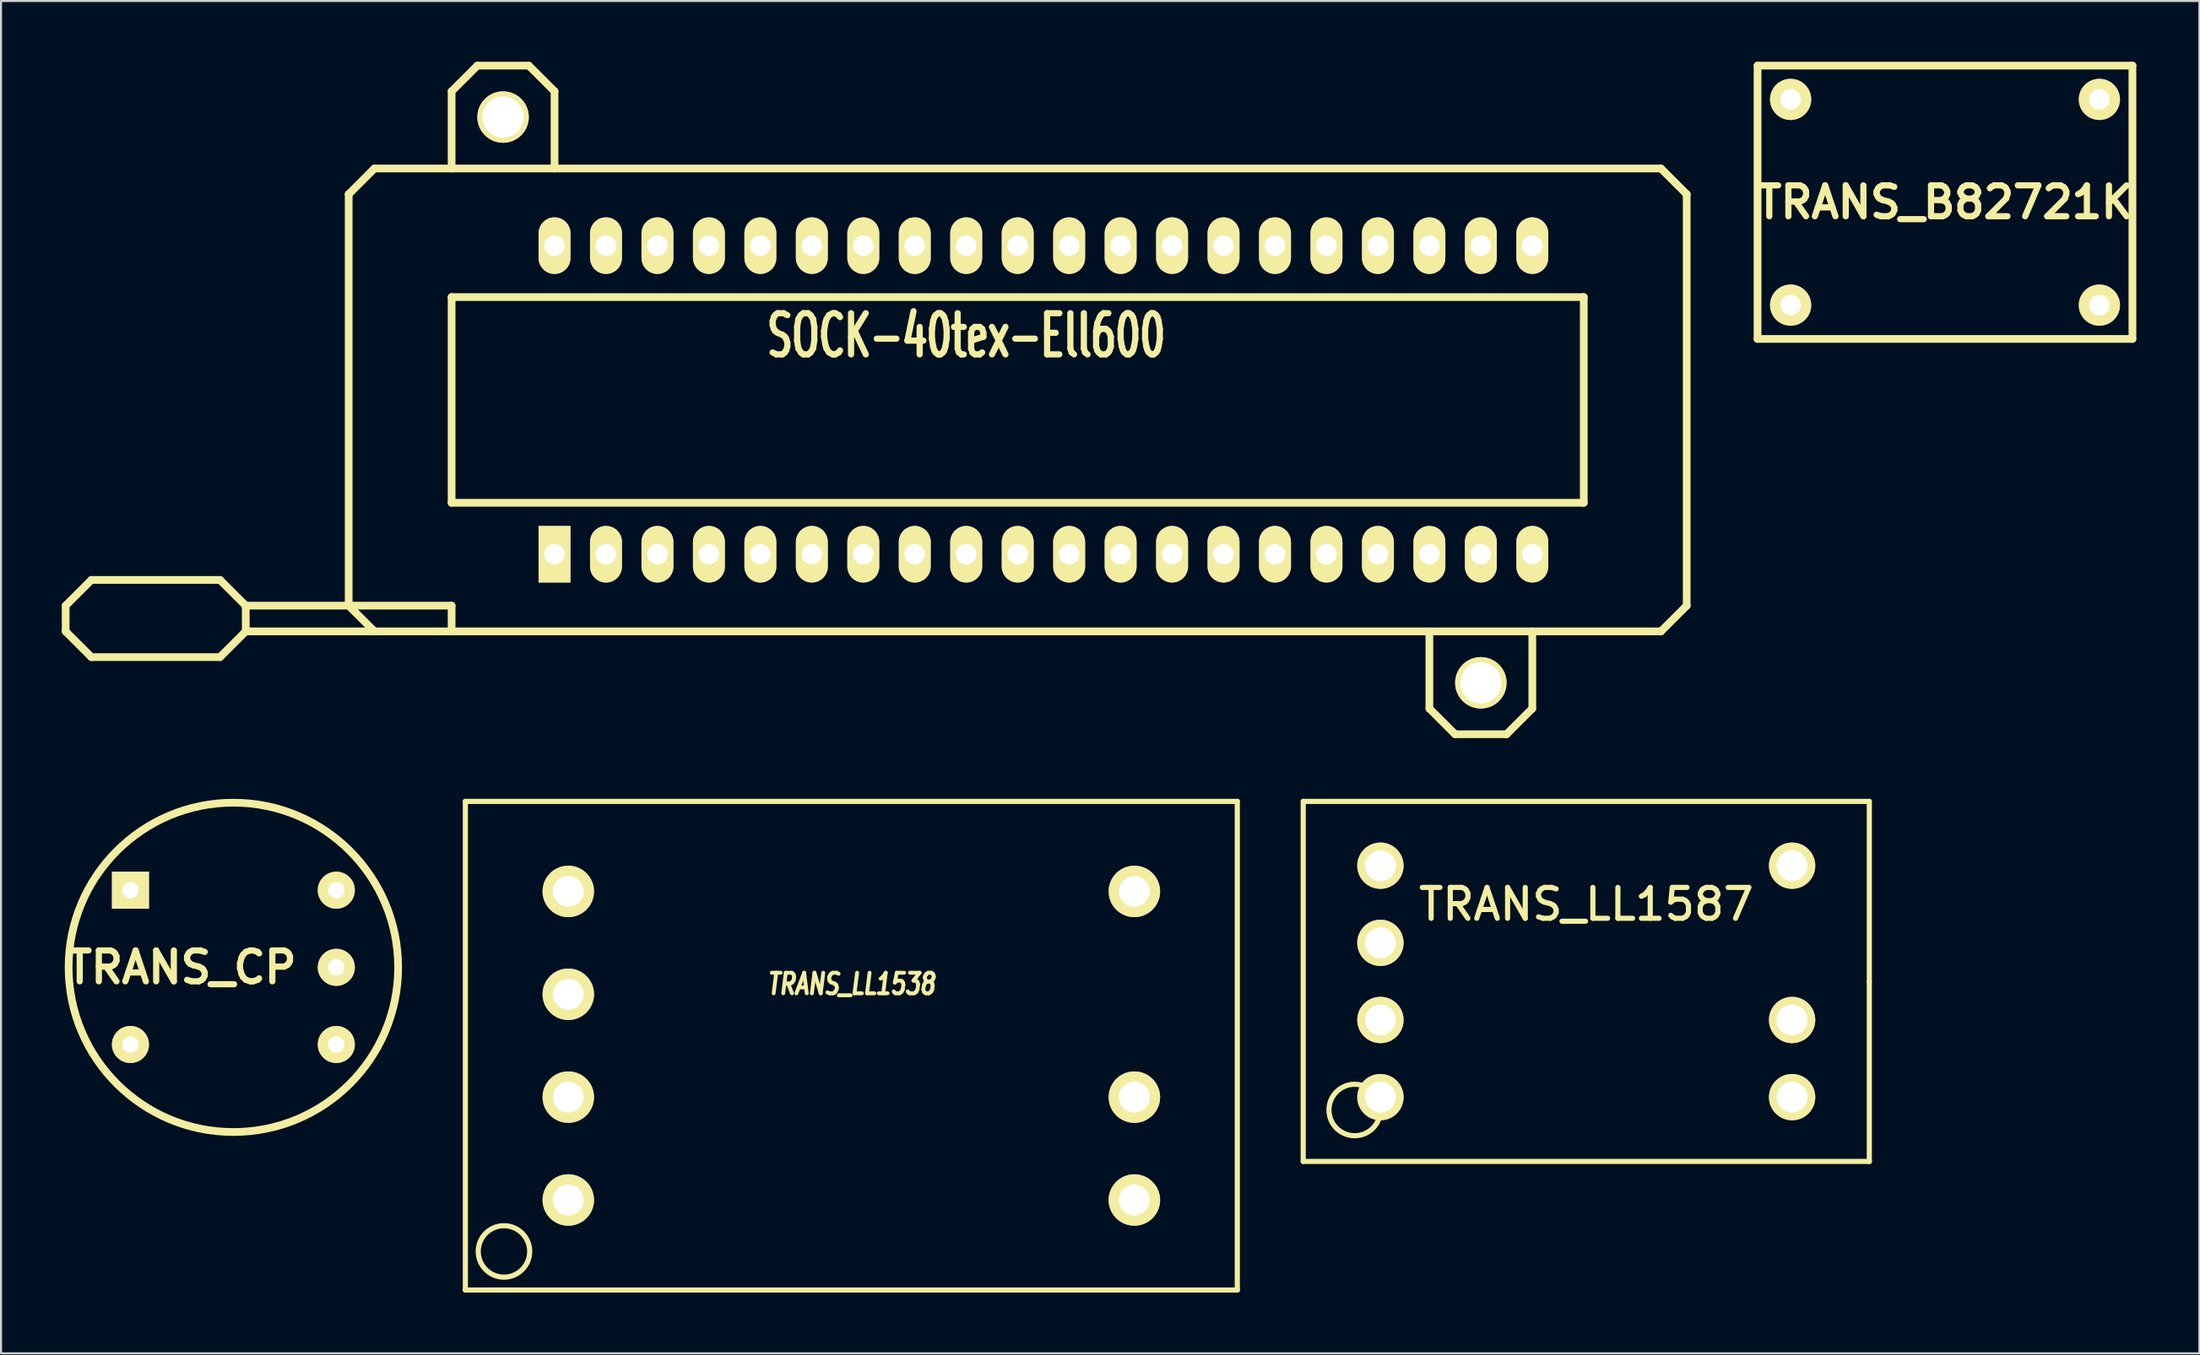
<source format=kicad_pcb>
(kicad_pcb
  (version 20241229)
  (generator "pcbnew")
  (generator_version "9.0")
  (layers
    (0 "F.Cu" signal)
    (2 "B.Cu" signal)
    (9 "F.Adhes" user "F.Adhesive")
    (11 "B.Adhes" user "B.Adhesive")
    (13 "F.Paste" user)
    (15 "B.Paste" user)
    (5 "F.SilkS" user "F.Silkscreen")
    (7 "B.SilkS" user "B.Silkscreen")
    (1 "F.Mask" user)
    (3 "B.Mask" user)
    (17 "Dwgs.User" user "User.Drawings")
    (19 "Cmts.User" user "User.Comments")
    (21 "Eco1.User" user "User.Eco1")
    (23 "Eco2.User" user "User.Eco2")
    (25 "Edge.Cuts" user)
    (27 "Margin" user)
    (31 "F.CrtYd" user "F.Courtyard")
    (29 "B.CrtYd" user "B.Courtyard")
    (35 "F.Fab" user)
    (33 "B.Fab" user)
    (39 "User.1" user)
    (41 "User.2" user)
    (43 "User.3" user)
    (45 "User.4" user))
  (footprint "TRANS_LL1538"
    (layer "F.Cu")
    (at 38.969 48.593)
    (property "Reference" "TRANS_LL1538" (at 0 -3.048 0) (layer "F.SilkS") (effects (font (size 1.016 0.762) (thickness 0.191) (italic yes))))
    (attr smd)
    (fp_line (start -19.05 -12.065) (end 19.05 -12.065) (stroke (width 0.254) (type solid)) (layer "F.SilkS"))
    (fp_line (start -19.05 12.065) (end -19.05 -12.065) (stroke (width 0.254) (type solid)) (layer "F.SilkS"))
    (fp_line (start 19.05 -12.065) (end 19.05 12.065) (stroke (width 0.254) (type solid)) (layer "F.SilkS"))
    (fp_line (start 19.05 12.065) (end -19.05 12.065) (stroke (width 0.254) (type solid)) (layer "F.SilkS"))
    (fp_circle (center -17.145 10.16) (end -17.145 8.89) (stroke (width 0.254) (type solid)) (fill no) (layer "F.SilkS"))
    (pad "1" thru_hole circle (at -13.97 7.62) (size 2.54 2.54) (drill 1.524) (layers "*.Cu" "*.Mask" "F.SilkS"))
    (pad "2" thru_hole circle (at -13.97 2.54) (size 2.54 2.54) (drill 1.524) (layers "*.Cu" "*.Mask" "F.SilkS"))
    (pad "3" thru_hole circle (at -13.97 -2.54) (size 2.54 2.54) (drill 1.524) (layers "*.Cu" "*.Mask" "F.SilkS"))
    (pad "4" thru_hole circle (at -13.97 -7.62) (size 2.54 2.54) (drill 1.524) (layers "*.Cu" "*.Mask" "F.SilkS"))
    (pad "5" thru_hole circle (at 13.97 7.62) (size 2.54 2.54) (drill 1.524) (layers "*.Cu" "*.Mask" "F.SilkS"))
    (pad "6" thru_hole circle (at 13.97 2.54) (size 2.54 2.54) (drill 1.524) (layers "*.Cu" "*.Mask" "F.SilkS"))
    (pad "8" thru_hole circle (at 13.97 -7.62) (size 2.54 2.54) (drill 1.524) (layers "*.Cu" "*.Mask" "F.SilkS")))
  (footprint "SOCK-40tex-Ell600"
    (layer "F.Cu")
    (at 48.45 16.701)
    (property "Reference" "SOCK-40tex-Ell600" (at -3.81 -3.175 0) (layer "F.SilkS") (effects (font (size 2.032 1.27) (thickness 0.305))))
    (attr through_hole)
    (fp_line (start -48.26 10.16) (end -48.26 11.43) (stroke (width 0.381) (type solid)) (layer "F.SilkS"))
    (fp_line (start -48.26 11.43) (end -46.99 12.7) (stroke (width 0.381) (type solid)) (layer "F.SilkS"))
    (fp_line (start -46.99 8.89) (end -48.26 10.16) (stroke (width 0.381) (type solid)) (layer "F.SilkS"))
    (fp_line (start -46.99 12.7) (end -40.64 12.7) (stroke (width 0.381) (type solid)) (layer "F.SilkS"))
    (fp_line (start -40.64 8.89) (end -46.99 8.89) (stroke (width 0.381) (type solid)) (layer "F.SilkS"))
    (fp_line (start -40.64 12.7) (end -39.37 11.43) (stroke (width 0.381) (type solid)) (layer "F.SilkS"))
    (fp_line (start -39.37 10.16) (end -40.64 8.89) (stroke (width 0.381) (type solid)) (layer "F.SilkS"))
    (fp_line (start -39.37 10.16) (end -29.21 10.16) (stroke (width 0.381) (type solid)) (layer "F.SilkS"))
    (fp_line (start -39.37 11.43) (end -39.37 10.16) (stroke (width 0.381) (type solid)) (layer "F.SilkS"))
    (fp_line (start -39.37 11.43) (end -33.02 11.43) (stroke (width 0.381) (type solid)) (layer "F.SilkS"))
    (fp_line (start -34.29 -10.16) (end -33.02 -11.43) (stroke (width 0.381) (type solid)) (layer "F.SilkS"))
    (fp_line (start -34.29 10.16) (end -34.29 -10.16) (stroke (width 0.381) (type solid)) (layer "F.SilkS"))
    (fp_line (start -33.02 -11.43) (end 30.48 -11.43) (stroke (width 0.381) (type solid)) (layer "F.SilkS"))
    (fp_line (start -33.02 11.43) (end -34.29 10.16) (stroke (width 0.381) (type solid)) (layer "F.SilkS"))
    (fp_line (start -29.21 -15.24) (end -29.21 -11.43) (stroke (width 0.381) (type solid)) (layer "F.SilkS"))
    (fp_line (start -29.21 -5.08) (end 26.67 -5.08) (stroke (width 0.381) (type solid)) (layer "F.SilkS"))
    (fp_line (start -29.21 5.08) (end -29.21 -5.08) (stroke (width 0.381) (type solid)) (layer "F.SilkS"))
    (fp_line (start -29.21 10.16) (end -29.21 11.43) (stroke (width 0.381) (type solid)) (layer "F.SilkS"))
    (fp_line (start -27.94 -16.51) (end -29.21 -15.24) (stroke (width 0.381) (type solid)) (layer "F.SilkS"))
    (fp_line (start -25.4 -16.51) (end -27.94 -16.51) (stroke (width 0.381) (type solid)) (layer "F.SilkS"))
    (fp_line (start -24.13 -15.24) (end -25.4 -16.51) (stroke (width 0.381) (type solid)) (layer "F.SilkS"))
    (fp_line (start -24.13 -11.43) (end -24.13 -15.24) (stroke (width 0.381) (type solid)) (layer "F.SilkS"))
    (fp_line (start 19.05 15.24) (end 19.05 11.43) (stroke (width 0.381) (type solid)) (layer "F.SilkS"))
    (fp_line (start 20.32 16.51) (end 19.05 15.24) (stroke (width 0.381) (type solid)) (layer "F.SilkS"))
    (fp_line (start 22.86 16.51) (end 20.32 16.51) (stroke (width 0.381) (type solid)) (layer "F.SilkS"))
    (fp_line (start 24.13 11.43) (end 24.13 15.24) (stroke (width 0.381) (type solid)) (layer "F.SilkS"))
    (fp_line (start 24.13 15.24) (end 22.86 16.51) (stroke (width 0.381) (type solid)) (layer "F.SilkS"))
    (fp_line (start 26.67 -5.08) (end 26.67 5.08) (stroke (width 0.381) (type solid)) (layer "F.SilkS"))
    (fp_line (start 26.67 5.08) (end -29.21 5.08) (stroke (width 0.381) (type solid)) (layer "F.SilkS"))
    (fp_line (start 30.48 -11.43) (end 31.75 -10.16) (stroke (width 0.381) (type solid)) (layer "F.SilkS"))
    (fp_line (start 30.48 11.43) (end -33.02 11.43) (stroke (width 0.381) (type solid)) (layer "F.SilkS"))
    (fp_line (start 31.75 -10.16) (end 31.75 10.16) (stroke (width 0.381) (type solid)) (layer "F.SilkS"))
    (fp_line (start 31.75 10.16) (end 30.48 11.43) (stroke (width 0.381) (type solid)) (layer "F.SilkS"))
    (pad "1" thru_hole rect (at -24.13 7.62) (size 1.575 2.794) (drill 1.016) (layers "*.Cu" "*.Mask" "F.SilkS"))
    (pad "2" thru_hole oval (at -21.59 7.62) (size 1.575 2.794) (drill 1.016) (layers "*.Cu" "*.Mask" "F.SilkS"))
    (pad "3" thru_hole oval (at -19.05 7.62) (size 1.575 2.794) (drill 1.016) (layers "*.Cu" "*.Mask" "F.SilkS"))
    (pad "4" thru_hole oval (at -16.51 7.62) (size 1.575 2.794) (drill 1.016) (layers "*.Cu" "*.Mask" "F.SilkS"))
    (pad "5" thru_hole oval (at -13.97 7.62) (size 1.575 2.794) (drill 1.016) (layers "*.Cu" "*.Mask" "F.SilkS"))
    (pad "6" thru_hole oval (at -11.43 7.62) (size 1.575 2.794) (drill 1.016) (layers "*.Cu" "*.Mask" "F.SilkS"))
    (pad "7" thru_hole oval (at -8.89 7.62) (size 1.575 2.794) (drill 1.016) (layers "*.Cu" "*.Mask" "F.SilkS"))
    (pad "8" thru_hole oval (at -6.35 7.62) (size 1.575 2.794) (drill 1.016) (layers "*.Cu" "*.Mask" "F.SilkS"))
    (pad "9" thru_hole oval (at -3.81 7.62) (size 1.575 2.794) (drill 1.016) (layers "*.Cu" "*.Mask" "F.SilkS"))
    (pad "10" thru_hole oval (at -1.27 7.62) (size 1.575 2.794) (drill 1.016) (layers "*.Cu" "*.Mask" "F.SilkS"))
    (pad "11" thru_hole oval (at 1.27 7.62) (size 1.575 2.794) (drill 1.016) (layers "*.Cu" "*.Mask" "F.SilkS"))
    (pad "12" thru_hole oval (at 3.81 7.62) (size 1.575 2.794) (drill 1.016) (layers "*.Cu" "*.Mask" "F.SilkS"))
    (pad "13" thru_hole oval (at 6.35 7.62) (size 1.575 2.794) (drill 1.016) (layers "*.Cu" "*.Mask" "F.SilkS"))
    (pad "14" thru_hole oval (at 8.89 7.62) (size 1.575 2.794) (drill 1.016) (layers "*.Cu" "*.Mask" "F.SilkS"))
    (pad "15" thru_hole oval (at 11.43 7.62) (size 1.575 2.794) (drill 1.016) (layers "*.Cu" "*.Mask" "F.SilkS"))
    (pad "16" thru_hole oval (at 13.97 7.62) (size 1.575 2.794) (drill 1.016) (layers "*.Cu" "*.Mask" "F.SilkS"))
    (pad "17" thru_hole oval (at 16.51 7.62) (size 1.575 2.794) (drill 1.016) (layers "*.Cu" "*.Mask" "F.SilkS"))
    (pad "18" thru_hole oval (at 19.05 7.62) (size 1.575 2.794) (drill 1.016) (layers "*.Cu" "*.Mask" "F.SilkS"))
    (pad "19" thru_hole oval (at 21.59 7.62) (size 1.575 2.794) (drill 1.016) (layers "*.Cu" "*.Mask" "F.SilkS"))
    (pad "20" thru_hole oval (at 24.13 7.62) (size 1.575 2.794) (drill 1.016) (layers "*.Cu" "*.Mask" "F.SilkS"))
    (pad "21" thru_hole oval (at 24.13 -7.62) (size 1.575 2.794) (drill 1.016) (layers "*.Cu" "*.Mask" "F.SilkS"))
    (pad "22" thru_hole oval (at 21.59 -7.62) (size 1.575 2.794) (drill 1.016) (layers "*.Cu" "*.Mask" "F.SilkS"))
    (pad "23" thru_hole oval (at 19.05 -7.62) (size 1.575 2.794) (drill 1.016) (layers "*.Cu" "*.Mask" "F.SilkS"))
    (pad "24" thru_hole oval (at 16.51 -7.62) (size 1.575 2.794) (drill 1.016) (layers "*.Cu" "*.Mask" "F.SilkS"))
    (pad "25" thru_hole oval (at 13.97 -7.62) (size 1.575 2.794) (drill 1.016) (layers "*.Cu" "*.Mask" "F.SilkS"))
    (pad "26" thru_hole oval (at 11.43 -7.62) (size 1.575 2.794) (drill 1.016) (layers "*.Cu" "*.Mask" "F.SilkS"))
    (pad "27" thru_hole oval (at 8.89 -7.62) (size 1.575 2.794) (drill 1.016) (layers "*.Cu" "*.Mask" "F.SilkS"))
    (pad "28" thru_hole oval (at 6.35 -7.62) (size 1.575 2.794) (drill 1.016) (layers "*.Cu" "*.Mask" "F.SilkS"))
    (pad "29" thru_hole oval (at 3.81 -7.62) (size 1.575 2.794) (drill 1.016) (layers "*.Cu" "*.Mask" "F.SilkS"))
    (pad "30" thru_hole oval (at 1.27 -7.62) (size 1.575 2.794) (drill 1.016) (layers "*.Cu" "*.Mask" "F.SilkS"))
    (pad "31" thru_hole oval (at -1.27 -7.62) (size 1.575 2.794) (drill 1.016) (layers "*.Cu" "*.Mask" "F.SilkS"))
    (pad "32" thru_hole oval (at -3.81 -7.62) (size 1.575 2.794) (drill 1.016) (layers "*.Cu" "*.Mask" "F.SilkS"))
    (pad "33" thru_hole oval (at -6.35 -7.62) (size 1.575 2.794) (drill 1.016) (layers "*.Cu" "*.Mask" "F.SilkS"))
    (pad "34" thru_hole oval (at -8.89 -7.62) (size 1.575 2.794) (drill 1.016) (layers "*.Cu" "*.Mask" "F.SilkS"))
    (pad "35" thru_hole oval (at -11.43 -7.62) (size 1.575 2.794) (drill 1.016) (layers "*.Cu" "*.Mask" "F.SilkS"))
    (pad "36" thru_hole oval (at -13.97 -7.62) (size 1.575 2.794) (drill 1.016) (layers "*.Cu" "*.Mask" "F.SilkS"))
    (pad "37" thru_hole oval (at -16.51 -7.62) (size 1.575 2.794) (drill 1.016) (layers "*.Cu" "*.Mask" "F.SilkS"))
    (pad "38" thru_hole oval (at -19.05 -7.62) (size 1.575 2.794) (drill 1.016) (layers "*.Cu" "*.Mask" "F.SilkS"))
    (pad "39" thru_hole oval (at -21.59 -7.62) (size 1.575 2.794) (drill 1.016) (layers "*.Cu" "*.Mask" "F.SilkS"))
    (pad "40" thru_hole oval (at -24.13 -7.62) (size 1.575 2.794) (drill 1.016) (layers "*.Cu" "*.Mask" "F.SilkS"))
    (pad "HOLE" thru_hole circle (at -26.67 -13.97) (size 2.54 2.54) (drill 2.032) (layers "*.Cu" "*.Mask" "F.SilkS"))
    (pad "HOLE" thru_hole circle (at 21.59 13.97) (size 2.54 2.54) (drill 2.032) (layers "*.Cu" "*.Mask" "F.SilkS")))
  (footprint "TRANS_LL1587"
    (layer "F.Cu")
    (at 75.243 45.418)
    (property "Reference" "TRANS_LL1587" (at 0 -3.81 0) (layer "F.SilkS") (effects (font (size 1.524 1.524) (thickness 0.254))))
    (attr through_hole)
    (fp_line (start -13.97 -8.89) (end -13.97 8.89) (stroke (width 0.254) (type solid)) (layer "F.SilkS"))
    (fp_line (start -13.97 8.89) (end 13.97 8.89) (stroke (width 0.254) (type solid)) (layer "F.SilkS"))
    (fp_line (start 13.97 -8.89) (end -13.97 -8.89) (stroke (width 0.254) (type solid)) (layer "F.SilkS"))
    (fp_line (start 13.97 0) (end 13.97 -8.89) (stroke (width 0.254) (type solid)) (layer "F.SilkS"))
    (fp_line (start 13.97 8.89) (end 13.97 0) (stroke (width 0.254) (type solid)) (layer "F.SilkS"))
    (fp_circle (center -11.43 6.35) (end -11.43 5.08) (stroke (width 0.254) (type solid)) (fill no) (layer "F.SilkS"))
    (pad "1" thru_hole circle (at -10.16 5.715) (size 2.286 2.286) (drill 1.524) (layers "*.Cu" "*.Mask" "F.SilkS"))
    (pad "2" thru_hole circle (at -10.16 1.905) (size 2.286 2.286) (drill 1.524) (layers "*.Cu" "*.Mask" "F.SilkS"))
    (pad "3" thru_hole circle (at -10.16 -1.905) (size 2.286 2.286) (drill 1.524) (layers "*.Cu" "*.Mask" "F.SilkS"))
    (pad "4" thru_hole circle (at -10.16 -5.715) (size 2.286 2.286) (drill 1.524) (layers "*.Cu" "*.Mask" "F.SilkS"))
    (pad "5" thru_hole circle (at 10.16 5.715) (size 2.286 2.286) (drill 1.524) (layers "*.Cu" "*.Mask" "F.SilkS"))
    (pad "6" thru_hole circle (at 10.16 1.905) (size 2.286 2.286) (drill 1.524) (layers "*.Cu" "*.Mask" "F.SilkS"))
    (pad "8" thru_hole circle (at 10.16 -5.715) (size 2.286 2.286) (drill 1.524) (layers "*.Cu" "*.Mask" "F.SilkS")))
  (footprint "TRANS_B82721K"
    (layer "F.Cu")
    (at 92.949 6.939)
    (property "Reference" "TRANS_B82721K" (at 0 0 0) (layer "F.SilkS") (effects (font (size 1.524 1.524) (thickness 0.305))))
    (attr through_hole)
    (fp_line (start -9.251 -6.749) (end 9.251 -6.749) (stroke (width 0.381) (type solid)) (layer "F.SilkS"))
    (fp_line (start -9.251 6.749) (end -9.251 -6.749) (stroke (width 0.381) (type solid)) (layer "F.SilkS"))
    (fp_line (start 9.251 -6.749) (end 9.251 6.749) (stroke (width 0.381) (type solid)) (layer "F.SilkS"))
    (fp_line (start 9.251 6.749) (end -9.251 6.749) (stroke (width 0.381) (type solid)) (layer "F.SilkS"))
    (pad "1" thru_hole circle (at -7.62 -5.08) (size 2.032 2.032) (drill 1.016) (layers "*.Cu" "*.Mask" "F.SilkS"))
    (pad "2" thru_hole circle (at 7.62 -5.08) (size 2.032 2.032) (drill 1.016) (layers "*.Cu" "*.Mask" "F.SilkS"))
    (pad "3" thru_hole circle (at 7.62 5.08) (size 2.032 2.032) (drill 1.016) (layers "*.Cu" "*.Mask" "F.SilkS"))
    (pad "4" thru_hole circle (at -7.62 5.08) (size 2.032 2.032) (drill 1.016) (layers "*.Cu" "*.Mask" "F.SilkS")))
  (footprint "TRANS_CP"
    (layer "F.Cu")
    (at 8.469 44.723)
    (property "Reference" "TRANS_CP" (at -2.54 0 0) (layer "F.SilkS") (effects (font (size 1.524 1.524) (thickness 0.305))))
    (attr through_hole)
    (fp_circle (center 0 0) (end 6.35 -5.08) (stroke (width 0.381) (type solid)) (fill no) (layer "F.SilkS"))
    (pad "1" thru_hole rect (at -5.08 -3.81) (size 1.829 1.829) (drill 0.813) (layers "*.Cu" "*.Mask" "F.SilkS"))
    (pad "2" thru_hole circle (at -5.08 3.81) (size 1.829 1.829) (drill 0.813) (layers "*.Cu" "*.Mask" "F.SilkS"))
    (pad "3" thru_hole circle (at 5.08 3.81) (size 1.829 1.829) (drill 0.813) (layers "*.Cu" "*.Mask" "F.SilkS"))
    (pad "4" thru_hole circle (at 5.08 0) (size 1.829 1.829) (drill 0.813) (layers "*.Cu" "*.Mask" "F.SilkS"))
    (pad "5" thru_hole circle (at 5.08 -3.81) (size 1.829 1.829) (drill 0.813) (layers "*.Cu" "*.Mask" "F.SilkS")))
  (gr_rect
    (start -3 -3)
    (end 105.506 63.785)
    (stroke (width 0.1) (type default))
    (fill no)
    (layer "Edge.Cuts")))
</source>
